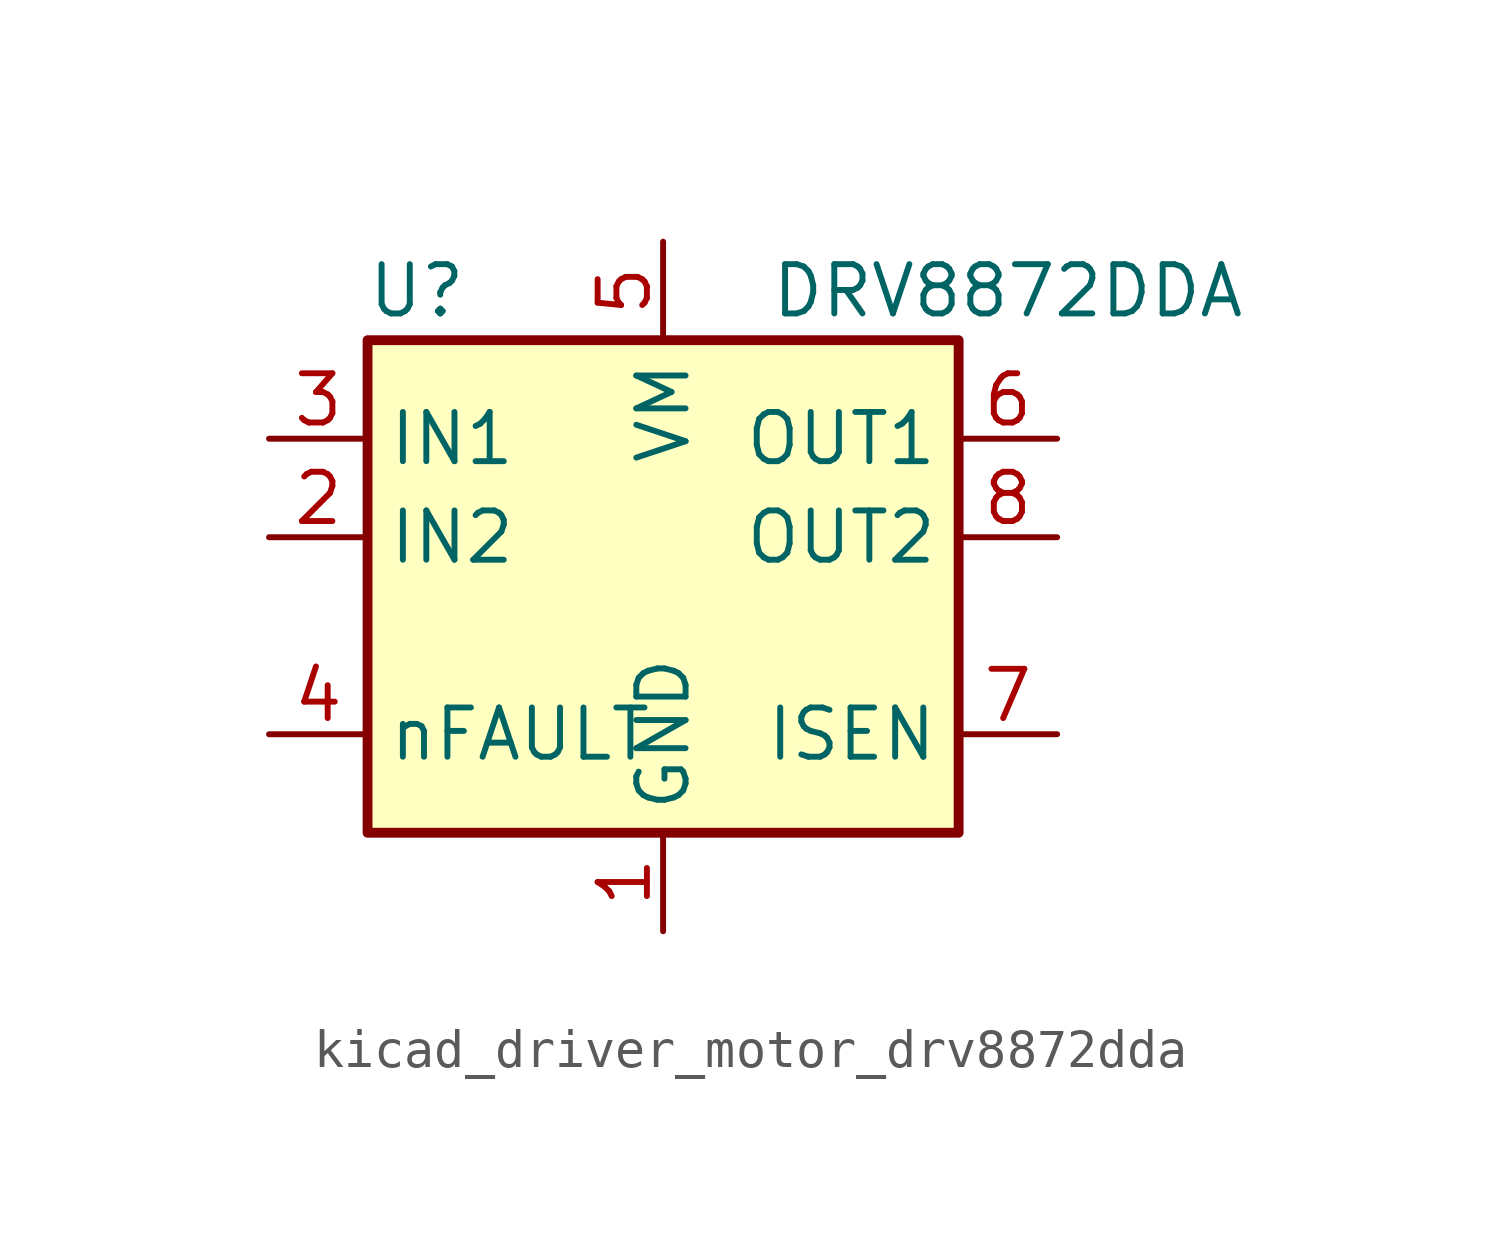
<source format=kicad_sym>
(kicad_symbol_lib
  (version 20220914)
  (generator kicad_symbol_editor)
  (symbol "kicad_driver_motor_drv8872dda"
    (property "Reference" "U"
      (at -6.35 6.35 0)
      (effects (font (size 1.27 1.27))))
    (property "Value" "DRV8872DDA"
      (at 8.89 6.35 0)
      (effects (font (size 1.27 1.27))))
    (symbol "kicad_driver_motor_drv8872dda_0_1"
      (rectangle (start -7.62 5.08) (end 7.62 -7.62) (stroke (width 0.254) (type default)) (fill (type background))))
    (symbol "kicad_driver_motor_drv8872dda_1_1"
      (pin power_in line (at 0 -10.16 90) (length 2.54) (name "GND" (effects (font (size 1.27 1.27)))) (number "1" (effects (font (size 1.27 1.27)))))
      (pin input line (at -10.16 0 0) (length 2.54) (name "IN2" (effects (font (size 1.27 1.27)))) (number "2" (effects (font (size 1.27 1.27)))))
      (pin input line (at -10.16 2.54 0) (length 2.54) (name "IN1" (effects (font (size 1.27 1.27)))) (number "3" (effects (font (size 1.27 1.27)))))
      (pin open_collector line (at -10.16 -5.08 0) (length 2.54) (name "nFAULT" (effects (font (size 1.27 1.27)))) (number "4" (effects (font (size 1.27 1.27)))))
      (pin power_in line (at 0 7.62 270) (length 2.54) (name "VM" (effects (font (size 1.27 1.27)))) (number "5" (effects (font (size 1.27 1.27)))))
      (pin output line (at 10.16 2.54 180) (length 2.54) (name "OUT1" (effects (font (size 1.27 1.27)))) (number "6" (effects (font (size 1.27 1.27)))))
      (pin passive line (at 10.16 -5.08 180) (length 2.54) (name "ISEN" (effects (font (size 1.27 1.27)))) (number "7" (effects (font (size 1.27 1.27)))))
      (pin output line (at 10.16 0 180) (length 2.54) (name "OUT2" (effects (font (size 1.27 1.27)))) (number "8" (effects (font (size 1.27 1.27)))))
      (pin passive line (at 0 -10.16 90) (length 2.54) hide (name "GND" (effects (font (size 1.27 1.27)))) (number "9" (effects (font (size 1.27 1.27))))))))
</source>
